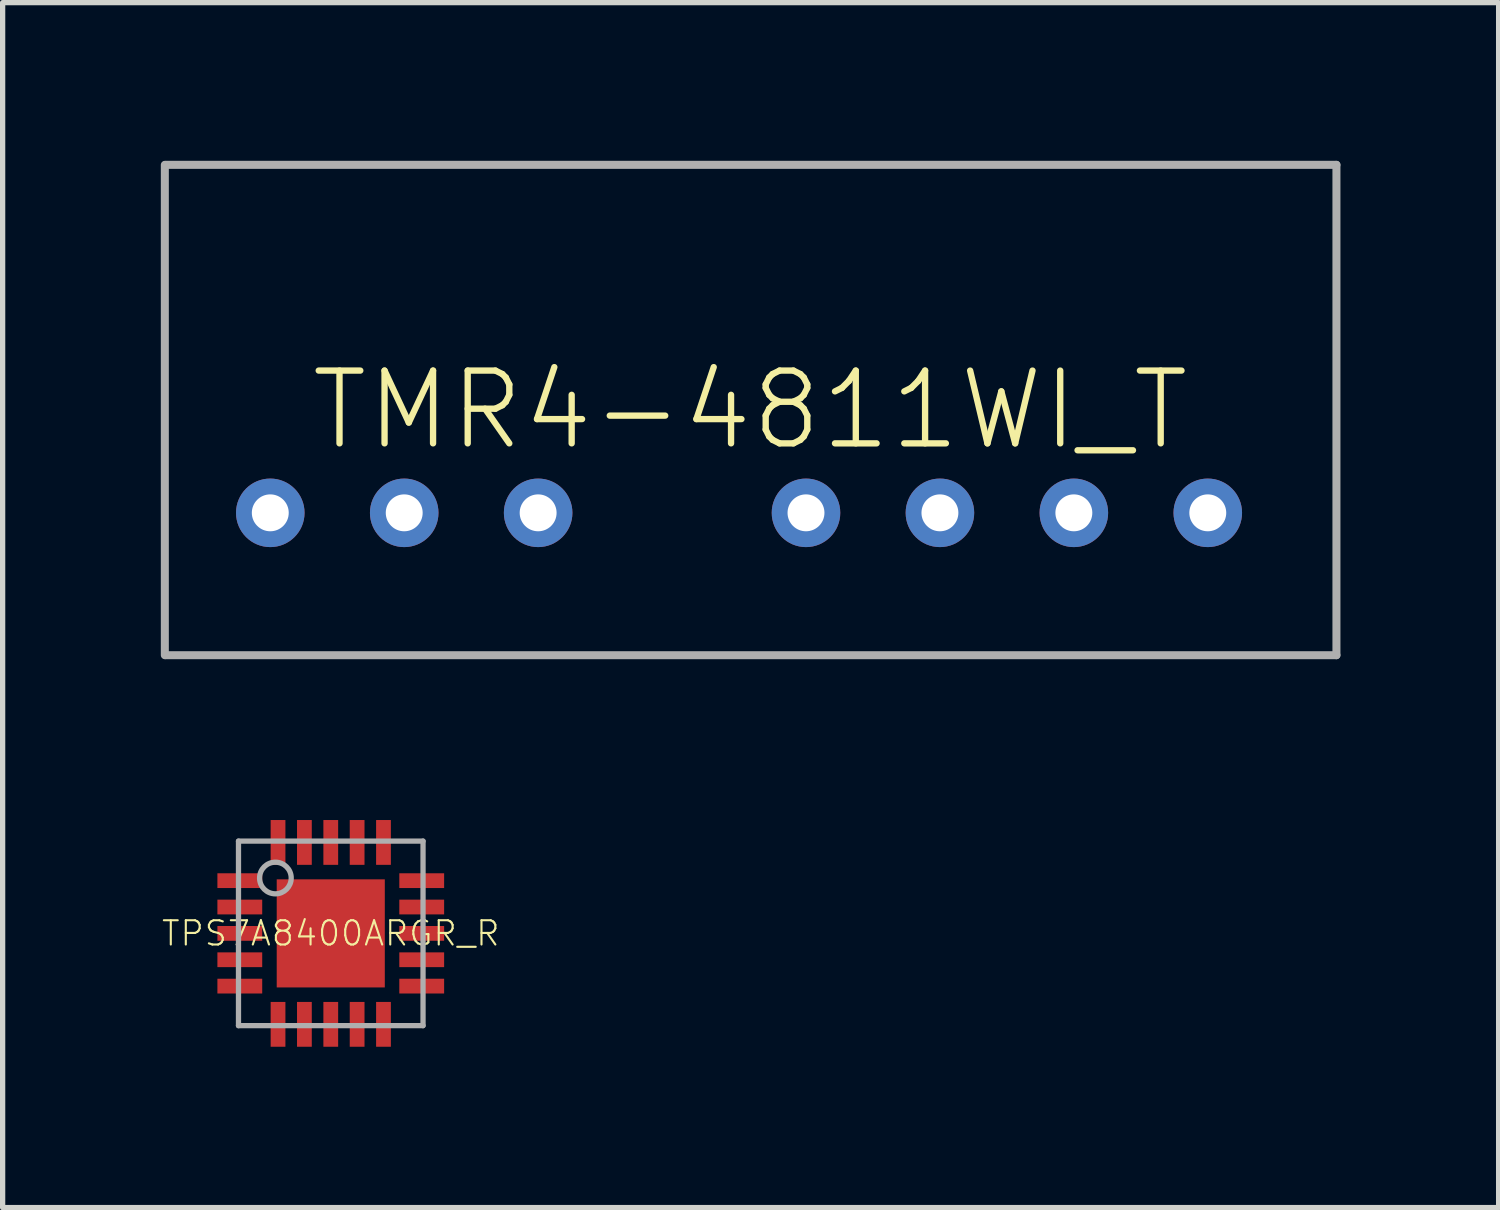
<source format=kicad_pcb>
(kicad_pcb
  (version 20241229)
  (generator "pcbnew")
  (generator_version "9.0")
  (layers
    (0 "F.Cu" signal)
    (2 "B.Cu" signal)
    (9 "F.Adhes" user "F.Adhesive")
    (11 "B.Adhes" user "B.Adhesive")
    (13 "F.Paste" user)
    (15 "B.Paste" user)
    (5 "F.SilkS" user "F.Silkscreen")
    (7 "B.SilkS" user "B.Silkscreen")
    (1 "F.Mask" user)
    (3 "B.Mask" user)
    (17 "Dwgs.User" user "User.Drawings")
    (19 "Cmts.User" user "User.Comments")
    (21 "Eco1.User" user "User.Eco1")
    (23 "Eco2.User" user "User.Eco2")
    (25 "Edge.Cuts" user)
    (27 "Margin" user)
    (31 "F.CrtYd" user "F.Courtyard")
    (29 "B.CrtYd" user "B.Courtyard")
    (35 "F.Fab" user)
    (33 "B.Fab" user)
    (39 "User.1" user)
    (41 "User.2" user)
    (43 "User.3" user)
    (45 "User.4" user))
  (footprint "TPS7A8400ARGR_R"
    (layer "F.Cu")
    (at 3.223 14.652)
    (property "Reference" "TPS7A8400ARGR_R" (at 0 0 0) (unlocked yes) (layer "F.SilkS") (effects (font (size 0.46 0.46) (thickness 0.04))))
    (fp_poly (pts (xy -2.2 -0.81) (xy -1.25 -0.81) (xy -1.25 -1.19) (xy -2.2 -1.19)) (stroke (width 0) (type default)) (fill yes) (layer "F.Mask"))
    (fp_poly (pts (xy -2.2 -0.31) (xy -1.25 -0.31) (xy -1.25 -0.69) (xy -2.2 -0.69)) (stroke (width 0) (type default)) (fill yes) (layer "F.Mask"))
    (fp_poly (pts (xy -2.2 0.19) (xy -1.25 0.19) (xy -1.25 -0.19) (xy -2.2 -0.19)) (stroke (width 0) (type default)) (fill yes) (layer "F.Mask"))
    (fp_poly (pts (xy -2.2 0.69) (xy -1.25 0.69) (xy -1.25 0.31) (xy -2.2 0.31)) (stroke (width 0) (type default)) (fill yes) (layer "F.Mask"))
    (fp_poly (pts (xy -2.2 1.19) (xy -1.25 1.19) (xy -1.25 0.81) (xy -2.2 0.81)) (stroke (width 0) (type default)) (fill yes) (layer "F.Mask"))
    (fp_poly (pts (xy -1.19 -2.2) (xy -1.19 -1.25) (xy -0.81 -1.25) (xy -0.81 -2.2)) (stroke (width 0) (type default)) (fill yes) (layer "F.Mask"))
    (fp_poly (pts (xy -1.075 1.075) (xy 1.075 1.075) (xy 1.075 -1.075) (xy -1.075 -1.075)) (stroke (width 0) (type default)) (fill yes) (layer "F.Mask"))
    (fp_poly (pts (xy -0.81 2.2) (xy -0.81 1.25) (xy -1.19 1.25) (xy -1.19 2.2)) (stroke (width 0) (type default)) (fill yes) (layer "F.Mask"))
    (fp_poly (pts (xy -0.69 -2.2) (xy -0.69 -1.25) (xy -0.31 -1.25) (xy -0.31 -2.2)) (stroke (width 0) (type default)) (fill yes) (layer "F.Mask"))
    (fp_poly (pts (xy -0.31 2.2) (xy -0.31 1.25) (xy -0.69 1.25) (xy -0.69 2.2)) (stroke (width 0) (type default)) (fill yes) (layer "F.Mask"))
    (fp_poly (pts (xy -0.19 -2.2) (xy -0.19 -1.25) (xy 0.19 -1.25) (xy 0.19 -2.2)) (stroke (width 0) (type default)) (fill yes) (layer "F.Mask"))
    (fp_poly (pts (xy 0.19 2.2) (xy 0.19 1.25) (xy -0.19 1.25) (xy -0.19 2.2)) (stroke (width 0) (type default)) (fill yes) (layer "F.Mask"))
    (fp_poly (pts (xy 0.31 -2.2) (xy 0.31 -1.25) (xy 0.69 -1.25) (xy 0.69 -2.2)) (stroke (width 0) (type default)) (fill yes) (layer "F.Mask"))
    (fp_poly (pts (xy 0.69 2.2) (xy 0.69 1.25) (xy 0.31 1.25) (xy 0.31 2.2)) (stroke (width 0) (type default)) (fill yes) (layer "F.Mask"))
    (fp_poly (pts (xy 0.81 -2.2) (xy 0.81 -1.25) (xy 1.19 -1.25) (xy 1.19 -2.2)) (stroke (width 0) (type default)) (fill yes) (layer "F.Mask"))
    (fp_poly (pts (xy 1.19 2.2) (xy 1.19 1.25) (xy 0.81 1.25) (xy 0.81 2.2)) (stroke (width 0) (type default)) (fill yes) (layer "F.Mask"))
    (fp_poly (pts (xy 2.2 -1.19) (xy 1.25 -1.19) (xy 1.25 -0.81) (xy 2.2 -0.81)) (stroke (width 0) (type default)) (fill yes) (layer "F.Mask"))
    (fp_poly (pts (xy 2.2 -0.69) (xy 1.25 -0.69) (xy 1.25 -0.31) (xy 2.2 -0.31)) (stroke (width 0) (type default)) (fill yes) (layer "F.Mask"))
    (fp_poly (pts (xy 2.2 -0.19) (xy 1.25 -0.19) (xy 1.25 0.19) (xy 2.2 0.19)) (stroke (width 0) (type default)) (fill yes) (layer "F.Mask"))
    (fp_poly (pts (xy 2.2 0.31) (xy 1.25 0.31) (xy 1.25 0.69) (xy 2.2 0.69)) (stroke (width 0) (type default)) (fill yes) (layer "F.Mask"))
    (fp_poly (pts (xy 2.2 0.81) (xy 1.25 0.81) (xy 1.25 1.19) (xy 2.2 1.19)) (stroke (width 0) (type default)) (fill yes) (layer "F.Mask"))
    (fp_poly (pts (xy -2.125 -0.885) (xy -1.325 -0.885) (xy -1.325 -1.115) (xy -2.125 -1.115)) (stroke (width 0) (type default)) (fill yes) (layer "F.Paste"))
    (fp_poly (pts (xy -2.125 -0.385) (xy -1.325 -0.385) (xy -1.325 -0.615) (xy -2.125 -0.615)) (stroke (width 0) (type default)) (fill yes) (layer "F.Paste"))
    (fp_poly (pts (xy -2.125 0.115) (xy -1.325 0.115) (xy -1.325 -0.115) (xy -2.125 -0.115)) (stroke (width 0) (type default)) (fill yes) (layer "F.Paste"))
    (fp_poly (pts (xy -2.125 0.615) (xy -1.325 0.615) (xy -1.325 0.385) (xy -2.125 0.385)) (stroke (width 0) (type default)) (fill yes) (layer "F.Paste"))
    (fp_poly (pts (xy -2.125 1.115) (xy -1.325 1.115) (xy -1.325 0.885) (xy -2.125 0.885)) (stroke (width 0) (type default)) (fill yes) (layer "F.Paste"))
    (fp_poly (pts (xy -1.115 -2.125) (xy -1.115 -1.325) (xy -0.885 -1.325) (xy -0.885 -2.125)) (stroke (width 0) (type default)) (fill yes) (layer "F.Paste"))
    (fp_poly (pts (xy -0.97 -0.15) (xy -0.15 -0.15) (xy -0.15 -0.97) (xy -0.97 -0.97)) (stroke (width 0) (type default)) (fill yes) (layer "F.Paste"))
    (fp_poly (pts (xy -0.885 2.125) (xy -0.885 1.325) (xy -1.115 1.325) (xy -1.115 2.125)) (stroke (width 0) (type default)) (fill yes) (layer "F.Paste"))
    (fp_poly (pts (xy -0.615 -2.125) (xy -0.615 -1.325) (xy -0.385 -1.325) (xy -0.385 -2.125)) (stroke (width 0) (type default)) (fill yes) (layer "F.Paste"))
    (fp_poly (pts (xy -0.385 2.125) (xy -0.385 1.325) (xy -0.615 1.325) (xy -0.615 2.125)) (stroke (width 0) (type default)) (fill yes) (layer "F.Paste"))
    (fp_poly (pts (xy -0.15 0.97) (xy -0.15 0.15) (xy -0.97 0.15) (xy -0.97 0.97)) (stroke (width 0) (type default)) (fill yes) (layer "F.Paste"))
    (fp_poly (pts (xy -0.115 -2.125) (xy -0.115 -1.325) (xy 0.115 -1.325) (xy 0.115 -2.125)) (stroke (width 0) (type default)) (fill yes) (layer "F.Paste"))
    (fp_poly (pts (xy 0.115 2.125) (xy 0.115 1.325) (xy -0.115 1.325) (xy -0.115 2.125)) (stroke (width 0) (type default)) (fill yes) (layer "F.Paste"))
    (fp_poly (pts (xy 0.15 -0.97) (xy 0.15 -0.15) (xy 0.97 -0.15) (xy 0.97 -0.97)) (stroke (width 0) (type default)) (fill yes) (layer "F.Paste"))
    (fp_poly (pts (xy 0.385 -2.125) (xy 0.385 -1.325) (xy 0.615 -1.325) (xy 0.615 -2.125)) (stroke (width 0) (type default)) (fill yes) (layer "F.Paste"))
    (fp_poly (pts (xy 0.615 2.125) (xy 0.615 1.325) (xy 0.385 1.325) (xy 0.385 2.125)) (stroke (width 0) (type default)) (fill yes) (layer "F.Paste"))
    (fp_poly (pts (xy 0.885 -2.125) (xy 0.885 -1.325) (xy 1.115 -1.325) (xy 1.115 -2.125)) (stroke (width 0) (type default)) (fill yes) (layer "F.Paste"))
    (fp_poly (pts (xy 0.97 0.15) (xy 0.15 0.15) (xy 0.15 0.97) (xy 0.97 0.97)) (stroke (width 0) (type default)) (fill yes) (layer "F.Paste"))
    (fp_poly (pts (xy 1.115 2.125) (xy 1.115 1.325) (xy 0.885 1.325) (xy 0.885 2.125)) (stroke (width 0) (type default)) (fill yes) (layer "F.Paste"))
    (fp_poly (pts (xy 2.125 -1.115) (xy 1.325 -1.115) (xy 1.325 -0.885) (xy 2.125 -0.885)) (stroke (width 0) (type default)) (fill yes) (layer "F.Paste"))
    (fp_poly (pts (xy 2.125 -0.615) (xy 1.325 -0.615) (xy 1.325 -0.385) (xy 2.125 -0.385)) (stroke (width 0) (type default)) (fill yes) (layer "F.Paste"))
    (fp_poly (pts (xy 2.125 -0.115) (xy 1.325 -0.115) (xy 1.325 0.115) (xy 2.125 0.115)) (stroke (width 0) (type default)) (fill yes) (layer "F.Paste"))
    (fp_poly (pts (xy 2.125 0.385) (xy 1.325 0.385) (xy 1.325 0.615) (xy 2.125 0.615)) (stroke (width 0) (type default)) (fill yes) (layer "F.Paste"))
    (fp_poly (pts (xy 2.125 0.885) (xy 1.325 0.885) (xy 1.325 1.115) (xy 2.125 1.115)) (stroke (width 0) (type default)) (fill yes) (layer "F.Paste"))
    (fp_line (start -1.75 -1.75) (end -1.75 1.75) (stroke (width 0.1) (type solid)) (layer "F.Fab"))
    (fp_line (start -1.75 1.75) (end 1.75 1.75) (stroke (width 0.1) (type solid)) (layer "F.Fab"))
    (fp_line (start 1.75 -1.75) (end -1.75 -1.75) (stroke (width 0.1) (type solid)) (layer "F.Fab"))
    (fp_line (start 1.75 1.75) (end 1.75 -1.75) (stroke (width 0.1) (type solid)) (layer "F.Fab"))
    (fp_circle (center -1.05 -1.05) (end -0.75 -1.05) (stroke (width 0.1) (type solid)) (fill no) (layer "F.Fab"))
    (pad "0" smd rect (at 0 0) (size 2.05 2.05) (layers "F.Cu"))
    (pad "1" smd rect (at -1.725 -1 90) (size 0.28 0.85) (layers "F.Cu"))
    (pad "2" smd rect (at -1.725 -0.5 90) (size 0.28 0.85) (layers "F.Cu"))
    (pad "3" smd rect (at -1.725 0 90) (size 0.28 0.85) (layers "F.Cu"))
    (pad "4" smd rect (at -1.725 0.5 90) (size 0.28 0.85) (layers "F.Cu"))
    (pad "5" smd rect (at -1.725 1 90) (size 0.28 0.85) (layers "F.Cu"))
    (pad "6" smd rect (at -1 1.725) (size 0.28 0.85) (layers "F.Cu"))
    (pad "7" smd rect (at -0.5 1.725) (size 0.28 0.85) (layers "F.Cu"))
    (pad "8" smd rect (at 0 1.725) (size 0.28 0.85) (layers "F.Cu"))
    (pad "9" smd rect (at 0.5 1.725) (size 0.28 0.85) (layers "F.Cu"))
    (pad "10" smd rect (at 1 1.725) (size 0.28 0.85) (layers "F.Cu"))
    (pad "11" smd rect (at 1.725 1 90) (size 0.28 0.85) (layers "F.Cu"))
    (pad "12" smd rect (at 1.725 0.5 90) (size 0.28 0.85) (layers "F.Cu"))
    (pad "13" smd rect (at 1.725 0 90) (size 0.28 0.85) (layers "F.Cu"))
    (pad "14" smd rect (at 1.725 -0.5 90) (size 0.28 0.85) (layers "F.Cu"))
    (pad "15" smd rect (at 1.725 -1 90) (size 0.28 0.85) (layers "F.Cu"))
    (pad "16" smd rect (at 1 -1.725) (size 0.28 0.85) (layers "F.Cu"))
    (pad "17" smd rect (at 0.5 -1.725) (size 0.28 0.85) (layers "F.Cu"))
    (pad "18" smd rect (at 0 -1.725) (size 0.28 0.85) (layers "F.Cu"))
    (pad "19" smd rect (at -0.5 -1.725) (size 0.28 0.85) (layers "F.Cu"))
    (pad "20" smd rect (at -1 -1.725) (size 0.28 0.85) (layers "F.Cu")))
  (footprint "TMR4-4811WI_T"
    (layer "F.Cu")
    (at 11.176 4.726)
    (property "Reference" "TMR4-4811WI_T" (at 0 0 0) (unlocked yes) (layer "F.SilkS") (effects (font (size 1.38 1.38) (thickness 0.12))))
    (fp_line (start -11.1 4.65) (end -11.1 -4.65) (stroke (width 0.152) (type solid)) (layer "F.Fab"))
    (fp_line (start -11.08 -4.65) (end 11.12 -4.65) (stroke (width 0.152) (type solid)) (layer "F.Fab"))
    (fp_line (start 11.12 4.65) (end -11.08 4.65) (stroke (width 0.152) (type solid)) (layer "F.Fab"))
    (fp_line (start 11.12 4.65) (end 11.12 -4.65) (stroke (width 0.152) (type solid)) (layer "F.Fab"))
    (pad "1" thru_hole circle (at -9.1 1.95) (size 1.3 1.3) (drill 0.7) (layers "*.Cu" "*.Mask"))
    (pad "2" thru_hole circle (at -6.56 1.95) (size 1.3 1.3) (drill 0.7) (layers "*.Cu" "*.Mask"))
    (pad "3" thru_hole circle (at -4.02 1.95) (size 1.3 1.3) (drill 0.7) (layers "*.Cu" "*.Mask"))
    (pad "5" thru_hole circle (at 1.06 1.95) (size 1.3 1.3) (drill 0.7) (layers "*.Cu" "*.Mask"))
    (pad "6" thru_hole circle (at 3.6 1.95) (size 1.3 1.3) (drill 0.7) (layers "*.Cu" "*.Mask"))
    (pad "7" thru_hole circle (at 6.14 1.95) (size 1.3 1.3) (drill 0.7) (layers "*.Cu" "*.Mask"))
    (pad "8" thru_hole circle (at 8.68 1.95) (size 1.3 1.3) (drill 0.7) (layers "*.Cu" "*.Mask")))
  (gr_rect
    (start -3 -3)
    (end 25.372 19.852)
    (stroke (width 0.1) (type default))
    (fill no)
    (layer "Edge.Cuts")))
</source>
